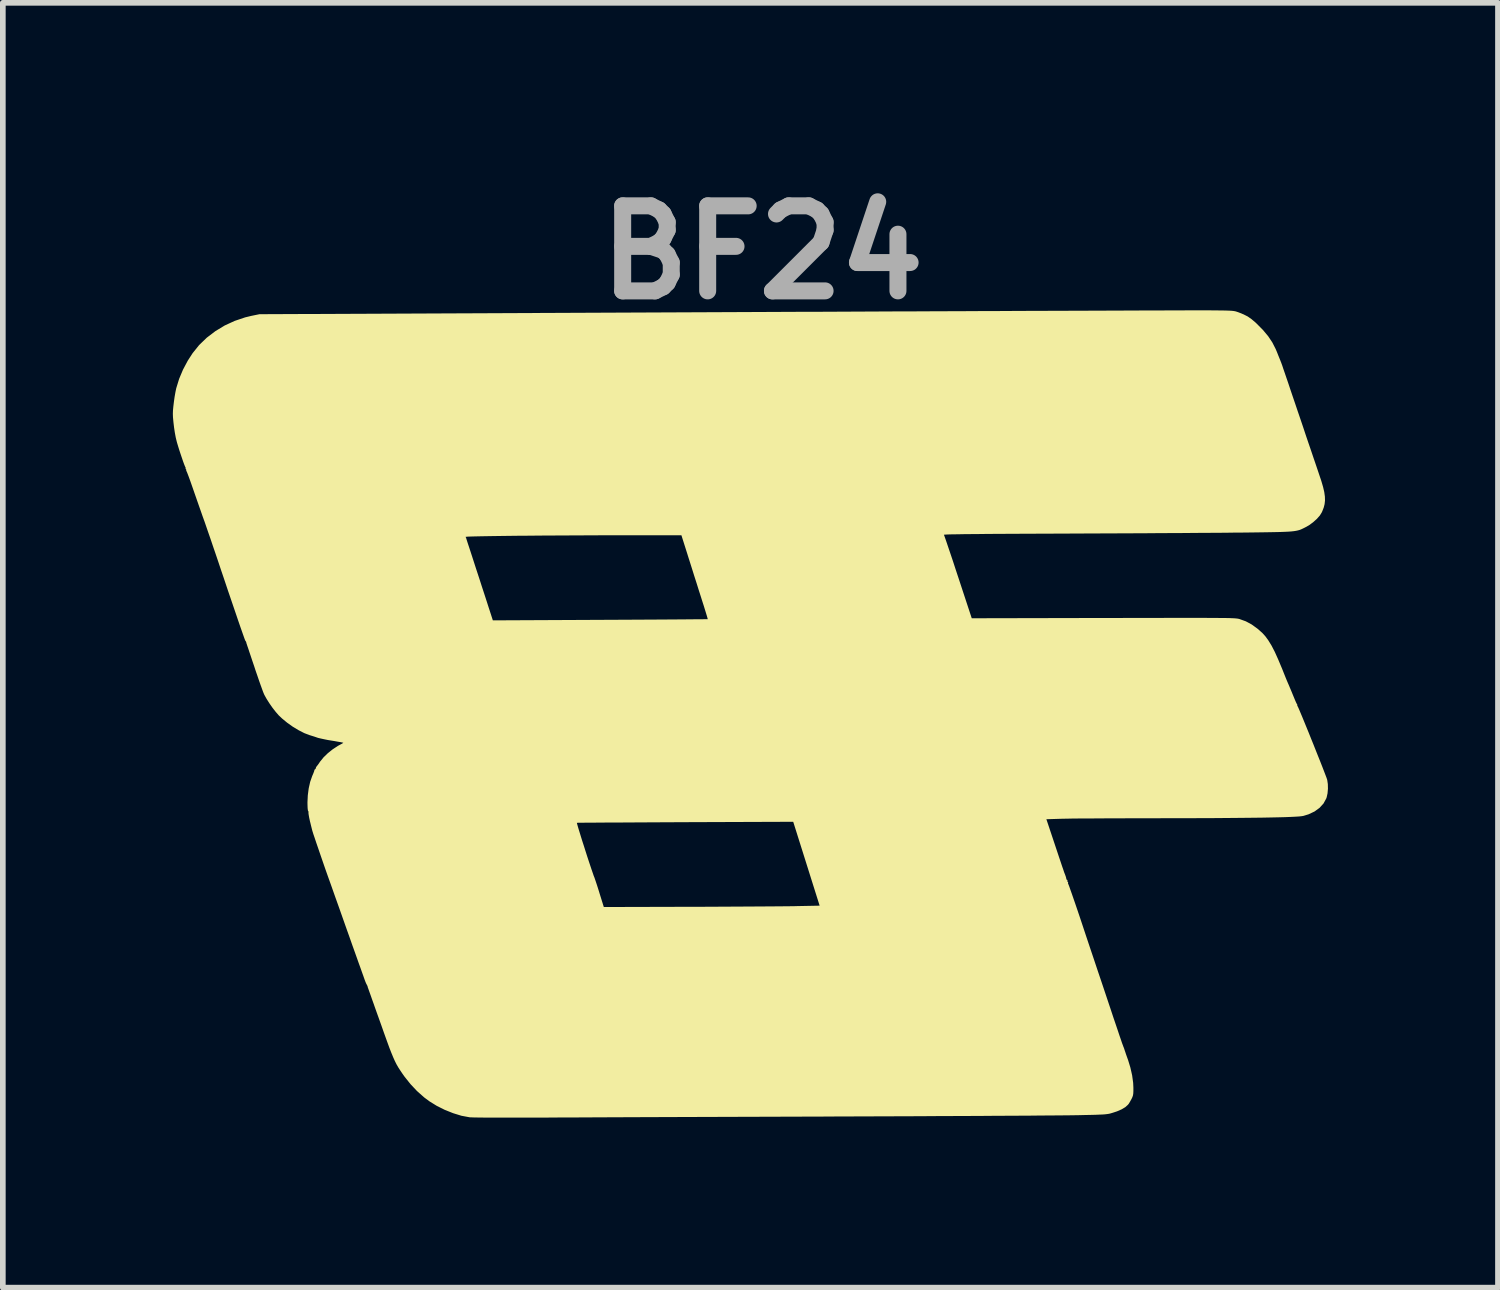
<source format=kicad_pcb>
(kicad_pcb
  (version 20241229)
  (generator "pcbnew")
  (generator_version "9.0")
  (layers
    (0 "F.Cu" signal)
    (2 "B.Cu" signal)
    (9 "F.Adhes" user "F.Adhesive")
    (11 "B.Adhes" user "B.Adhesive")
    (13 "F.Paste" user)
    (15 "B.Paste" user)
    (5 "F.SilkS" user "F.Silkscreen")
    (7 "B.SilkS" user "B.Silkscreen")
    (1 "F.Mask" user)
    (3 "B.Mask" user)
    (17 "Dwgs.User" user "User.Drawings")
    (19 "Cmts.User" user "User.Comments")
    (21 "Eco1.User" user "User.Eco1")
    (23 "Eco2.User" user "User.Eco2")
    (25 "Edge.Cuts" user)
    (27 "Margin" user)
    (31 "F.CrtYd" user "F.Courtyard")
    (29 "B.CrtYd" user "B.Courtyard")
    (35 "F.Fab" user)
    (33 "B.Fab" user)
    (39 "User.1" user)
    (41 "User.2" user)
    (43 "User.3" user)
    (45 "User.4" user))
  (footprint "BF24"
    (layer "F.Cu")
    (at 10.391 9.744)
    (property "Reference" "BF24" (at 0.01 -8.34 0) (layer "F.Fab") (effects (font (size 1.5 1.5) (thickness 0.3))))
    (attr board_only exclude_from_pos_files exclude_from_bom)
    (fp_poly (pts (xy 7.869 -7.318) (xy 7.9 -7.318) (xy 8.013 -7.317) (xy 8.105 -7.316) (xy 8.178 -7.315) (xy 8.235 -7.313) (xy 8.28 -7.311) (xy 8.314 -7.308) (xy 8.341 -7.304) (xy 8.364 -7.299) (xy 8.386 -7.292) (xy 8.409 -7.284) (xy 8.415 -7.282) (xy 8.501 -7.247) (xy 8.574 -7.21) (xy 8.64 -7.164) (xy 8.709 -7.106) (xy 8.732 -7.084) (xy 8.843 -6.972) (xy 8.935 -6.862) (xy 9.009 -6.751) (xy 9.068 -6.635) (xy 9.092 -6.578) (xy 9.11 -6.532) (xy 9.127 -6.49) (xy 9.138 -6.463) (xy 9.149 -6.436) (xy 9.155 -6.42) (xy 9.155 -6.42) (xy 9.161 -6.405) (xy 9.165 -6.396) (xy 9.17 -6.381) (xy 9.183 -6.346) (xy 9.201 -6.291) (xy 9.226 -6.219) (xy 9.256 -6.131) (xy 9.291 -6.029) (xy 9.329 -5.915) (xy 9.371 -5.791) (xy 9.416 -5.659) (xy 9.459 -5.531) (xy 9.509 -5.385) (xy 9.558 -5.24) (xy 9.605 -5.098) (xy 9.651 -4.963) (xy 9.695 -4.835) (xy 9.734 -4.719) (xy 9.769 -4.617) (xy 9.798 -4.531) (xy 9.821 -4.463) (xy 9.831 -4.433) (xy 9.873 -4.308) (xy 9.904 -4.202) (xy 9.925 -4.112) (xy 9.936 -4.033) (xy 9.938 -3.964) (xy 9.931 -3.899) (xy 9.915 -3.837) (xy 9.89 -3.773) (xy 9.882 -3.755) (xy 9.847 -3.698) (xy 9.794 -3.638) (xy 9.728 -3.579) (xy 9.656 -3.526) (xy 9.599 -3.494) (xy 9.568 -3.478) (xy 9.541 -3.465) (xy 9.515 -3.453) (xy 9.489 -3.443) (xy 9.46 -3.435) (xy 9.427 -3.428) (xy 9.389 -3.422) (xy 9.343 -3.417) (xy 9.287 -3.413) (xy 9.22 -3.41) (xy 9.14 -3.407) (xy 9.046 -3.405) (xy 8.934 -3.403) (xy 8.804 -3.401) (xy 8.654 -3.399) (xy 8.482 -3.397) (xy 8.436 -3.397) (xy 8.32 -3.396) (xy 8.182 -3.394) (xy 8.024 -3.393) (xy 7.847 -3.392) (xy 7.654 -3.391) (xy 7.447 -3.389) (xy 7.228 -3.388) (xy 6.999 -3.387) (xy 6.761 -3.385) (xy 6.518 -3.384) (xy 6.271 -3.383) (xy 6.021 -3.382) (xy 5.772 -3.381) (xy 5.525 -3.38) (xy 5.357 -3.379) (xy 5.07 -3.378) (xy 4.806 -3.377) (xy 4.566 -3.376) (xy 4.348 -3.375) (xy 4.151 -3.374) (xy 3.975 -3.373) (xy 3.82 -3.371) (xy 3.684 -3.37) (xy 3.567 -3.369) (xy 3.468 -3.367) (xy 3.386 -3.366) (xy 3.321 -3.365) (xy 3.272 -3.363) (xy 3.238 -3.361) (xy 3.219 -3.36) (xy 3.214 -3.358) (xy 3.22 -3.344) (xy 3.232 -3.309) (xy 3.251 -3.255) (xy 3.275 -3.184) (xy 3.304 -3.098) (xy 3.338 -2.998) (xy 3.375 -2.888) (xy 3.414 -2.768) (xy 3.456 -2.641) (xy 3.465 -2.614) (xy 3.705 -1.885) (xy 6.028 -1.89) (xy 6.308 -1.89) (xy 6.564 -1.891) (xy 6.798 -1.891) (xy 7.011 -1.891) (xy 7.204 -1.892) (xy 7.377 -1.892) (xy 7.533 -1.892) (xy 7.671 -1.892) (xy 7.794 -1.892) (xy 7.902 -1.891) (xy 7.996 -1.891) (xy 8.077 -1.89) (xy 8.146 -1.89) (xy 8.205 -1.889) (xy 8.254 -1.888) (xy 8.295 -1.886) (xy 8.328 -1.885) (xy 8.355 -1.883) (xy 8.376 -1.881) (xy 8.393 -1.879) (xy 8.406 -1.877) (xy 8.418 -1.874) (xy 8.428 -1.872) (xy 8.43 -1.871) (xy 8.541 -1.831) (xy 8.645 -1.775) (xy 8.747 -1.701) (xy 8.83 -1.628) (xy 8.884 -1.569) (xy 8.938 -1.495) (xy 8.994 -1.404) (xy 9.051 -1.294) (xy 9.11 -1.163) (xy 9.174 -1.011) (xy 9.184 -0.987) (xy 9.213 -0.914) (xy 9.241 -0.844) (xy 9.266 -0.783) (xy 9.287 -0.734) (xy 9.299 -0.707) (xy 9.316 -0.666) (xy 9.339 -0.612) (xy 9.364 -0.551) (xy 9.38 -0.512) (xy 9.402 -0.459) (xy 9.421 -0.414) (xy 9.436 -0.382) (xy 9.444 -0.369) (xy 9.451 -0.355) (xy 9.449 -0.353) (xy 9.448 -0.345) (xy 9.458 -0.326) (xy 9.467 -0.308) (xy 9.484 -0.269) (xy 9.507 -0.214) (xy 9.537 -0.143) (xy 9.571 -0.06) (xy 9.609 0.033) (xy 9.65 0.133) (xy 9.692 0.238) (xy 9.735 0.344) (xy 9.777 0.45) (xy 9.818 0.553) (xy 9.857 0.65) (xy 9.892 0.739) (xy 9.922 0.817) (xy 9.947 0.882) (xy 9.965 0.93) (xy 9.975 0.96) (xy 9.977 0.966) (xy 9.988 1.04) (xy 9.99 1.122) (xy 9.983 1.203) (xy 9.968 1.272) (xy 9.96 1.295) (xy 9.912 1.383) (xy 9.842 1.46) (xy 9.754 1.524) (xy 9.648 1.574) (xy 9.557 1.602) (xy 9.527 1.607) (xy 9.481 1.612) (xy 9.417 1.616) (xy 9.335 1.62) (xy 9.236 1.624) (xy 9.117 1.627) (xy 8.98 1.63) (xy 8.822 1.633) (xy 8.644 1.635) (xy 8.446 1.637) (xy 8.226 1.639) (xy 7.984 1.641) (xy 7.72 1.642) (xy 7.432 1.643) (xy 7.122 1.643) (xy 6.87 1.644) (xy 6.685 1.644) (xy 6.504 1.644) (xy 6.327 1.645) (xy 6.157 1.645) (xy 5.995 1.646) (xy 5.844 1.647) (xy 5.706 1.648) (xy 5.583 1.648) (xy 5.476 1.649) (xy 5.388 1.651) (xy 5.32 1.652) (xy 5.278 1.653) (xy 5.022 1.661) (xy 5.179 2.131) (xy 5.213 2.233) (xy 5.245 2.329) (xy 5.274 2.415) (xy 5.299 2.49) (xy 5.32 2.55) (xy 5.334 2.593) (xy 5.343 2.616) (xy 5.344 2.619) (xy 5.353 2.641) (xy 5.355 2.647) (xy 5.36 2.662) (xy 5.366 2.678) (xy 5.366 2.68) (xy 5.372 2.7) (xy 5.372 2.701) (xy 5.374 2.72) (xy 5.382 2.728) (xy 5.386 2.729) (xy 5.394 2.738) (xy 5.392 2.747) (xy 5.393 2.763) (xy 5.398 2.765) (xy 5.406 2.774) (xy 5.405 2.783) (xy 5.404 2.8) (xy 5.408 2.804) (xy 5.413 2.816) (xy 5.426 2.849) (xy 5.444 2.901) (xy 5.469 2.971) (xy 5.498 3.055) (xy 5.532 3.153) (xy 5.569 3.262) (xy 5.609 3.38) (xy 5.651 3.506) (xy 5.656 3.521) (xy 5.727 3.735) (xy 5.797 3.944) (xy 5.865 4.146) (xy 5.93 4.341) (xy 5.993 4.527) (xy 6.052 4.703) (xy 6.107 4.868) (xy 6.158 5.02) (xy 6.204 5.159) (xy 6.246 5.282) (xy 6.282 5.389) (xy 6.312 5.479) (xy 6.337 5.551) (xy 6.354 5.602) (xy 6.365 5.632) (xy 6.368 5.64) (xy 6.376 5.66) (xy 6.377 5.665) (xy 6.383 5.68) (xy 6.387 5.689) (xy 6.395 5.711) (xy 6.406 5.746) (xy 6.412 5.762) (xy 6.425 5.802) (xy 6.443 5.853) (xy 6.462 5.906) (xy 6.463 5.908) (xy 6.504 6.043) (xy 6.535 6.18) (xy 6.553 6.312) (xy 6.557 6.397) (xy 6.557 6.457) (xy 6.555 6.5) (xy 6.55 6.533) (xy 6.54 6.563) (xy 6.525 6.595) (xy 6.501 6.639) (xy 6.477 6.679) (xy 6.461 6.699) (xy 6.416 6.74) (xy 6.351 6.779) (xy 6.269 6.815) (xy 6.193 6.84) (xy 6.166 6.848) (xy 6.142 6.855) (xy 6.116 6.86) (xy 6.087 6.864) (xy 6.053 6.868) (xy 6.01 6.871) (xy 5.956 6.873) (xy 5.888 6.876) (xy 5.805 6.878) (xy 5.702 6.88) (xy 5.578 6.883) (xy 5.561 6.883) (xy 5.507 6.884) (xy 5.429 6.885) (xy 5.329 6.886) (xy 5.208 6.887) (xy 5.067 6.888) (xy 4.907 6.889) (xy 4.729 6.891) (xy 4.535 6.892) (xy 4.325 6.893) (xy 4.1 6.894) (xy 3.862 6.896) (xy 3.611 6.897) (xy 3.35 6.898) (xy 3.078 6.899) (xy 2.797 6.901) (xy 2.508 6.902) (xy 2.212 6.903) (xy 1.91 6.904) (xy 1.603 6.905) (xy 1.293 6.906) (xy 1.182 6.907) (xy 0.862 6.908) (xy 0.541 6.909) (xy 0.22 6.91) (xy -0.099 6.911) (xy -0.415 6.912) (xy -0.726 6.913) (xy -1.032 6.914) (xy -1.331 6.915) (xy -1.621 6.916) (xy -1.902 6.917) (xy -2.171 6.918) (xy -2.429 6.919) (xy -2.672 6.92) (xy -2.9 6.921) (xy -3.112 6.922) (xy -3.307 6.923) (xy -3.482 6.923) (xy -3.637 6.924) (xy -3.77 6.925) (xy -3.874 6.925) (xy -4.052 6.926) (xy -4.224 6.926) (xy -4.386 6.926) (xy -4.537 6.926) (xy -4.676 6.926) (xy -4.801 6.925) (xy -4.91 6.925) (xy -5.002 6.924) (xy -5.075 6.923) (xy -5.127 6.921) (xy -5.157 6.92) (xy -5.16 6.919) (xy -5.299 6.893) (xy -5.445 6.848) (xy -5.593 6.789) (xy -5.735 6.718) (xy -5.866 6.637) (xy -5.957 6.569) (xy -6.084 6.456) (xy -6.196 6.337) (xy -6.301 6.206) (xy -6.34 6.151) (xy -6.379 6.093) (xy -6.414 6.039) (xy -6.445 5.985) (xy -6.474 5.927) (xy -6.503 5.862) (xy -6.534 5.787) (xy -6.569 5.698) (xy -6.608 5.591) (xy -6.634 5.519) (xy -6.671 5.416) (xy -6.712 5.299) (xy -6.755 5.179) (xy -6.797 5.062) (xy -6.834 4.958) (xy -6.842 4.934) (xy -6.871 4.854) (xy -6.896 4.782) (xy -6.918 4.721) (xy -6.935 4.673) (xy -6.946 4.642) (xy -6.95 4.632) (xy -6.954 4.616) (xy -6.954 4.614) (xy -6.958 4.602) (xy -6.969 4.581) (xy -6.982 4.556) (xy -6.987 4.544) (xy -6.993 4.529) (xy -6.997 4.52) (xy -6.998 4.515) (xy -7.001 4.508) (xy -7.006 4.496) (xy -7.012 4.478) (xy -7.021 4.453) (xy -7.032 4.421) (xy -7.047 4.38) (xy -7.065 4.329) (xy -7.087 4.267) (xy -7.114 4.193) (xy -7.145 4.105) (xy -7.181 4.004) (xy -7.223 3.887) (xy -7.27 3.753) (xy -7.324 3.602) (xy -7.384 3.432) (xy -7.451 3.242) (xy -7.526 3.032) (xy -7.603 2.814) (xy -7.653 2.675) (xy -7.701 2.539) (xy -7.746 2.409) (xy -7.788 2.287) (xy -7.826 2.176) (xy -7.86 2.077) (xy -7.888 1.993) (xy -7.911 1.926) (xy -7.926 1.878) (xy -7.932 1.858) (xy -7.953 1.774) (xy -7.965 1.724) (xy -3.262 1.724) (xy -3.26 1.736) (xy -3.251 1.769) (xy -3.237 1.818) (xy -3.217 1.883) (xy -3.194 1.958) (xy -3.168 2.042) (xy -3.139 2.131) (xy -3.11 2.223) (xy -3.081 2.314) (xy -3.052 2.402) (xy -3.025 2.483) (xy -3.001 2.555) (xy -2.98 2.615) (xy -2.965 2.66) (xy -2.954 2.686) (xy -2.946 2.709) (xy -2.932 2.75) (xy -2.913 2.807) (xy -2.891 2.875) (xy -2.868 2.949) (xy -2.863 2.966) (xy -2.787 3.21) (xy -1.299 3.206) (xy -1.101 3.206) (xy -0.904 3.205) (xy -0.709 3.204) (xy -0.52 3.203) (xy -0.337 3.202) (xy -0.162 3.201) (xy 0.001 3.2) (xy 0.151 3.199) (xy 0.286 3.198) (xy 0.403 3.197) (xy 0.502 3.196) (xy 0.579 3.195) (xy 0.605 3.194) (xy 1.021 3.186) (xy 0.788 2.446) (xy 0.555 1.706) (xy -1.352 1.713) (xy -1.565 1.714) (xy -1.772 1.715) (xy -1.971 1.716) (xy -2.161 1.717) (xy -2.34 1.718) (xy -2.507 1.719) (xy -2.661 1.719) (xy -2.8 1.72) (xy -2.924 1.721) (xy -3.03 1.722) (xy -3.118 1.722) (xy -3.187 1.723) (xy -3.234 1.723) (xy -3.259 1.724) (xy -3.262 1.724) (xy -7.965 1.724) (xy -7.972 1.697) (xy -7.986 1.632) (xy -7.995 1.58) (xy -7.999 1.547) (xy -7.997 1.535) (xy -8 1.52) (xy -8.004 1.517) (xy -8.009 1.502) (xy -8.013 1.466) (xy -8.015 1.415) (xy -8.016 1.365) (xy -8.01 1.239) (xy -7.994 1.116) (xy -7.968 1.001) (xy -7.934 0.903) (xy -7.93 0.893) (xy -7.912 0.851) (xy -7.899 0.817) (xy -7.894 0.797) (xy -7.894 0.797) (xy -7.887 0.781) (xy -7.882 0.78) (xy -7.871 0.77) (xy -7.87 0.762) (xy -7.862 0.739) (xy -7.854 0.729) (xy -7.84 0.711) (xy -7.817 0.68) (xy -7.791 0.641) (xy -7.79 0.641) (xy -7.733 0.57) (xy -7.658 0.497) (xy -7.572 0.428) (xy -7.481 0.368) (xy -7.433 0.342) (xy -7.403 0.326) (xy -7.386 0.314) (xy -7.384 0.311) (xy -7.397 0.308) (xy -7.43 0.301) (xy -7.479 0.293) (xy -7.539 0.282) (xy -7.583 0.275) (xy -7.656 0.263) (xy -7.725 0.249) (xy -7.785 0.236) (xy -7.831 0.225) (xy -7.845 0.22) (xy -7.898 0.202) (xy -7.956 0.184) (xy -7.979 0.177) (xy -8.071 0.142) (xy -8.171 0.091) (xy -8.274 0.029) (xy -8.374 -0.042) (xy -8.465 -0.117) (xy -8.523 -0.172) (xy -8.576 -0.233) (xy -8.633 -0.306) (xy -8.688 -0.385) (xy -8.738 -0.464) (xy -8.777 -0.534) (xy -8.787 -0.557) (xy -8.799 -0.586) (xy -8.817 -0.636) (xy -8.841 -0.702) (xy -8.869 -0.781) (xy -8.899 -0.869) (xy -8.932 -0.964) (xy -8.954 -1.032) (xy -8.986 -1.126) (xy -9.015 -1.213) (xy -9.041 -1.29) (xy -9.062 -1.354) (xy -9.079 -1.403) (xy -9.089 -1.434) (xy -9.093 -1.444) (xy -9.097 -1.465) (xy -9.098 -1.467) (xy -9.107 -1.483) (xy -9.11 -1.485) (xy -9.116 -1.497) (xy -9.129 -1.531) (xy -9.148 -1.585) (xy -9.173 -1.656) (xy -9.204 -1.744) (xy -9.239 -1.846) (xy -9.278 -1.961) (xy -9.321 -2.087) (xy -9.367 -2.222) (xy -9.416 -2.365) (xy -9.442 -2.443) (xy -9.493 -2.595) (xy -9.544 -2.745) (xy -9.593 -2.892) (xy -9.64 -3.031) (xy -9.685 -3.162) (xy -9.725 -3.281) (xy -9.739 -3.321) (xy -5.227 -3.321) (xy -5.216 -3.303) (xy -5.215 -3.298) (xy -5.215 -3.297) (xy -5.214 -3.295) (xy -5.214 -3.292) (xy -5.212 -3.285) (xy -5.208 -3.273) (xy -5.202 -3.254) (xy -5.193 -3.226) (xy -5.18 -3.186) (xy -5.163 -3.135) (xy -5.141 -3.068) (xy -5.114 -2.985) (xy -5.081 -2.883) (xy -5.042 -2.762) (xy -5.015 -2.68) (xy -4.976 -2.561) (xy -4.939 -2.446) (xy -4.903 -2.336) (xy -4.87 -2.235) (xy -4.841 -2.145) (xy -4.817 -2.07) (xy -4.798 -2.012) (xy -4.786 -1.975) (xy -4.786 -1.975) (xy -4.745 -1.848) (xy -2.851 -1.857) (xy -2.638 -1.858) (xy -2.432 -1.859) (xy -2.233 -1.86) (xy -2.045 -1.861) (xy -1.866 -1.862) (xy -1.7 -1.863) (xy -1.547 -1.864) (xy -1.408 -1.865) (xy -1.286 -1.866) (xy -1.18 -1.867) (xy -1.093 -1.867) (xy -1.026 -1.868) (xy -0.98 -1.869) (xy -0.956 -1.869) (xy -0.953 -1.869) (xy -0.956 -1.881) (xy -0.965 -1.914) (xy -0.98 -1.964) (xy -1 -2.029) (xy -1.024 -2.107) (xy -1.052 -2.194) (xy -1.073 -2.261) (xy -1.11 -2.376) (xy -1.15 -2.504) (xy -1.193 -2.638) (xy -1.234 -2.769) (xy -1.273 -2.892) (xy -1.307 -2.999) (xy -1.307 -3) (xy -1.418 -3.35) (xy -2.186 -3.35) (xy -2.411 -3.35) (xy -2.636 -3.35) (xy -2.859 -3.349) (xy -3.081 -3.348) (xy -3.298 -3.347) (xy -3.511 -3.346) (xy -3.717 -3.345) (xy -3.916 -3.344) (xy -4.105 -3.342) (xy -4.285 -3.341) (xy -4.453 -3.339) (xy -4.607 -3.337) (xy -4.748 -3.335) (xy -4.873 -3.333) (xy -4.982 -3.331) (xy -5.072 -3.329) (xy -5.143 -3.327) (xy -5.193 -3.325) (xy -5.221 -3.322) (xy -5.227 -3.321) (xy -9.739 -3.321) (xy -9.762 -3.387) (xy -9.793 -3.477) (xy -9.818 -3.55) (xy -9.836 -3.602) (xy -9.84 -3.612) (xy -9.867 -3.687) (xy -9.899 -3.779) (xy -9.935 -3.881) (xy -9.972 -3.987) (xy -10.008 -4.09) (xy -10.028 -4.148) (xy -10.057 -4.231) (xy -10.084 -4.308) (xy -10.108 -4.374) (xy -10.128 -4.427) (xy -10.142 -4.463) (xy -10.15 -4.479) (xy -10.15 -4.48) (xy -10.157 -4.493) (xy -10.154 -4.495) (xy -10.153 -4.503) (xy -10.16 -4.514) (xy -10.169 -4.528) (xy -10.166 -4.532) (xy -10.164 -4.539) (xy -10.169 -4.547) (xy -10.177 -4.565) (xy -10.192 -4.602) (xy -10.211 -4.654) (xy -10.232 -4.716) (xy -10.255 -4.784) (xy -10.278 -4.854) (xy -10.299 -4.922) (xy -10.317 -4.982) (xy -10.323 -5.004) (xy -10.34 -5.074) (xy -10.356 -5.16) (xy -10.37 -5.253) (xy -10.381 -5.347) (xy -10.389 -5.432) (xy -10.391 -5.495) (xy -10.389 -5.552) (xy -10.382 -5.625) (xy -10.372 -5.708) (xy -10.36 -5.793) (xy -10.346 -5.873) (xy -10.332 -5.941) (xy -10.329 -5.951) (xy -10.28 -6.11) (xy -10.212 -6.272) (xy -10.128 -6.43) (xy -10.042 -6.563) (xy -9.927 -6.706) (xy -9.792 -6.836) (xy -9.641 -6.951) (xy -9.476 -7.051) (xy -9.3 -7.132) (xy -9.116 -7.194) (xy -9.009 -7.22) (xy -8.863 -7.25) (xy -0.694 -7.286) (xy -0.246 -7.288) (xy 0.197 -7.29) (xy 0.635 -7.292) (xy 1.067 -7.293) (xy 1.492 -7.295) (xy 1.909 -7.297) (xy 2.318 -7.299) (xy 2.719 -7.3) (xy 3.109 -7.302) (xy 3.489 -7.303) (xy 3.859 -7.305) (xy 4.217 -7.306) (xy 4.562 -7.308) (xy 4.895 -7.309) (xy 5.214 -7.31) (xy 5.518 -7.311) (xy 5.808 -7.312) (xy 6.082 -7.313) (xy 6.339 -7.314) (xy 6.58 -7.315) (xy 6.803 -7.316) (xy 7.007 -7.316) (xy 7.193 -7.317) (xy 7.359 -7.317) (xy 7.504 -7.318) (xy 7.629 -7.318) (xy 7.731 -7.318) (xy 7.812 -7.318)) (stroke (width 0) (type solid)) (fill yes) (layer "F.SilkS")))
  (gr_rect
    (start -3 -3)
    (end 23.381 19.67)
    (stroke (width 0.1) (type default))
    (fill no)
    (layer "Edge.Cuts")))
</source>
